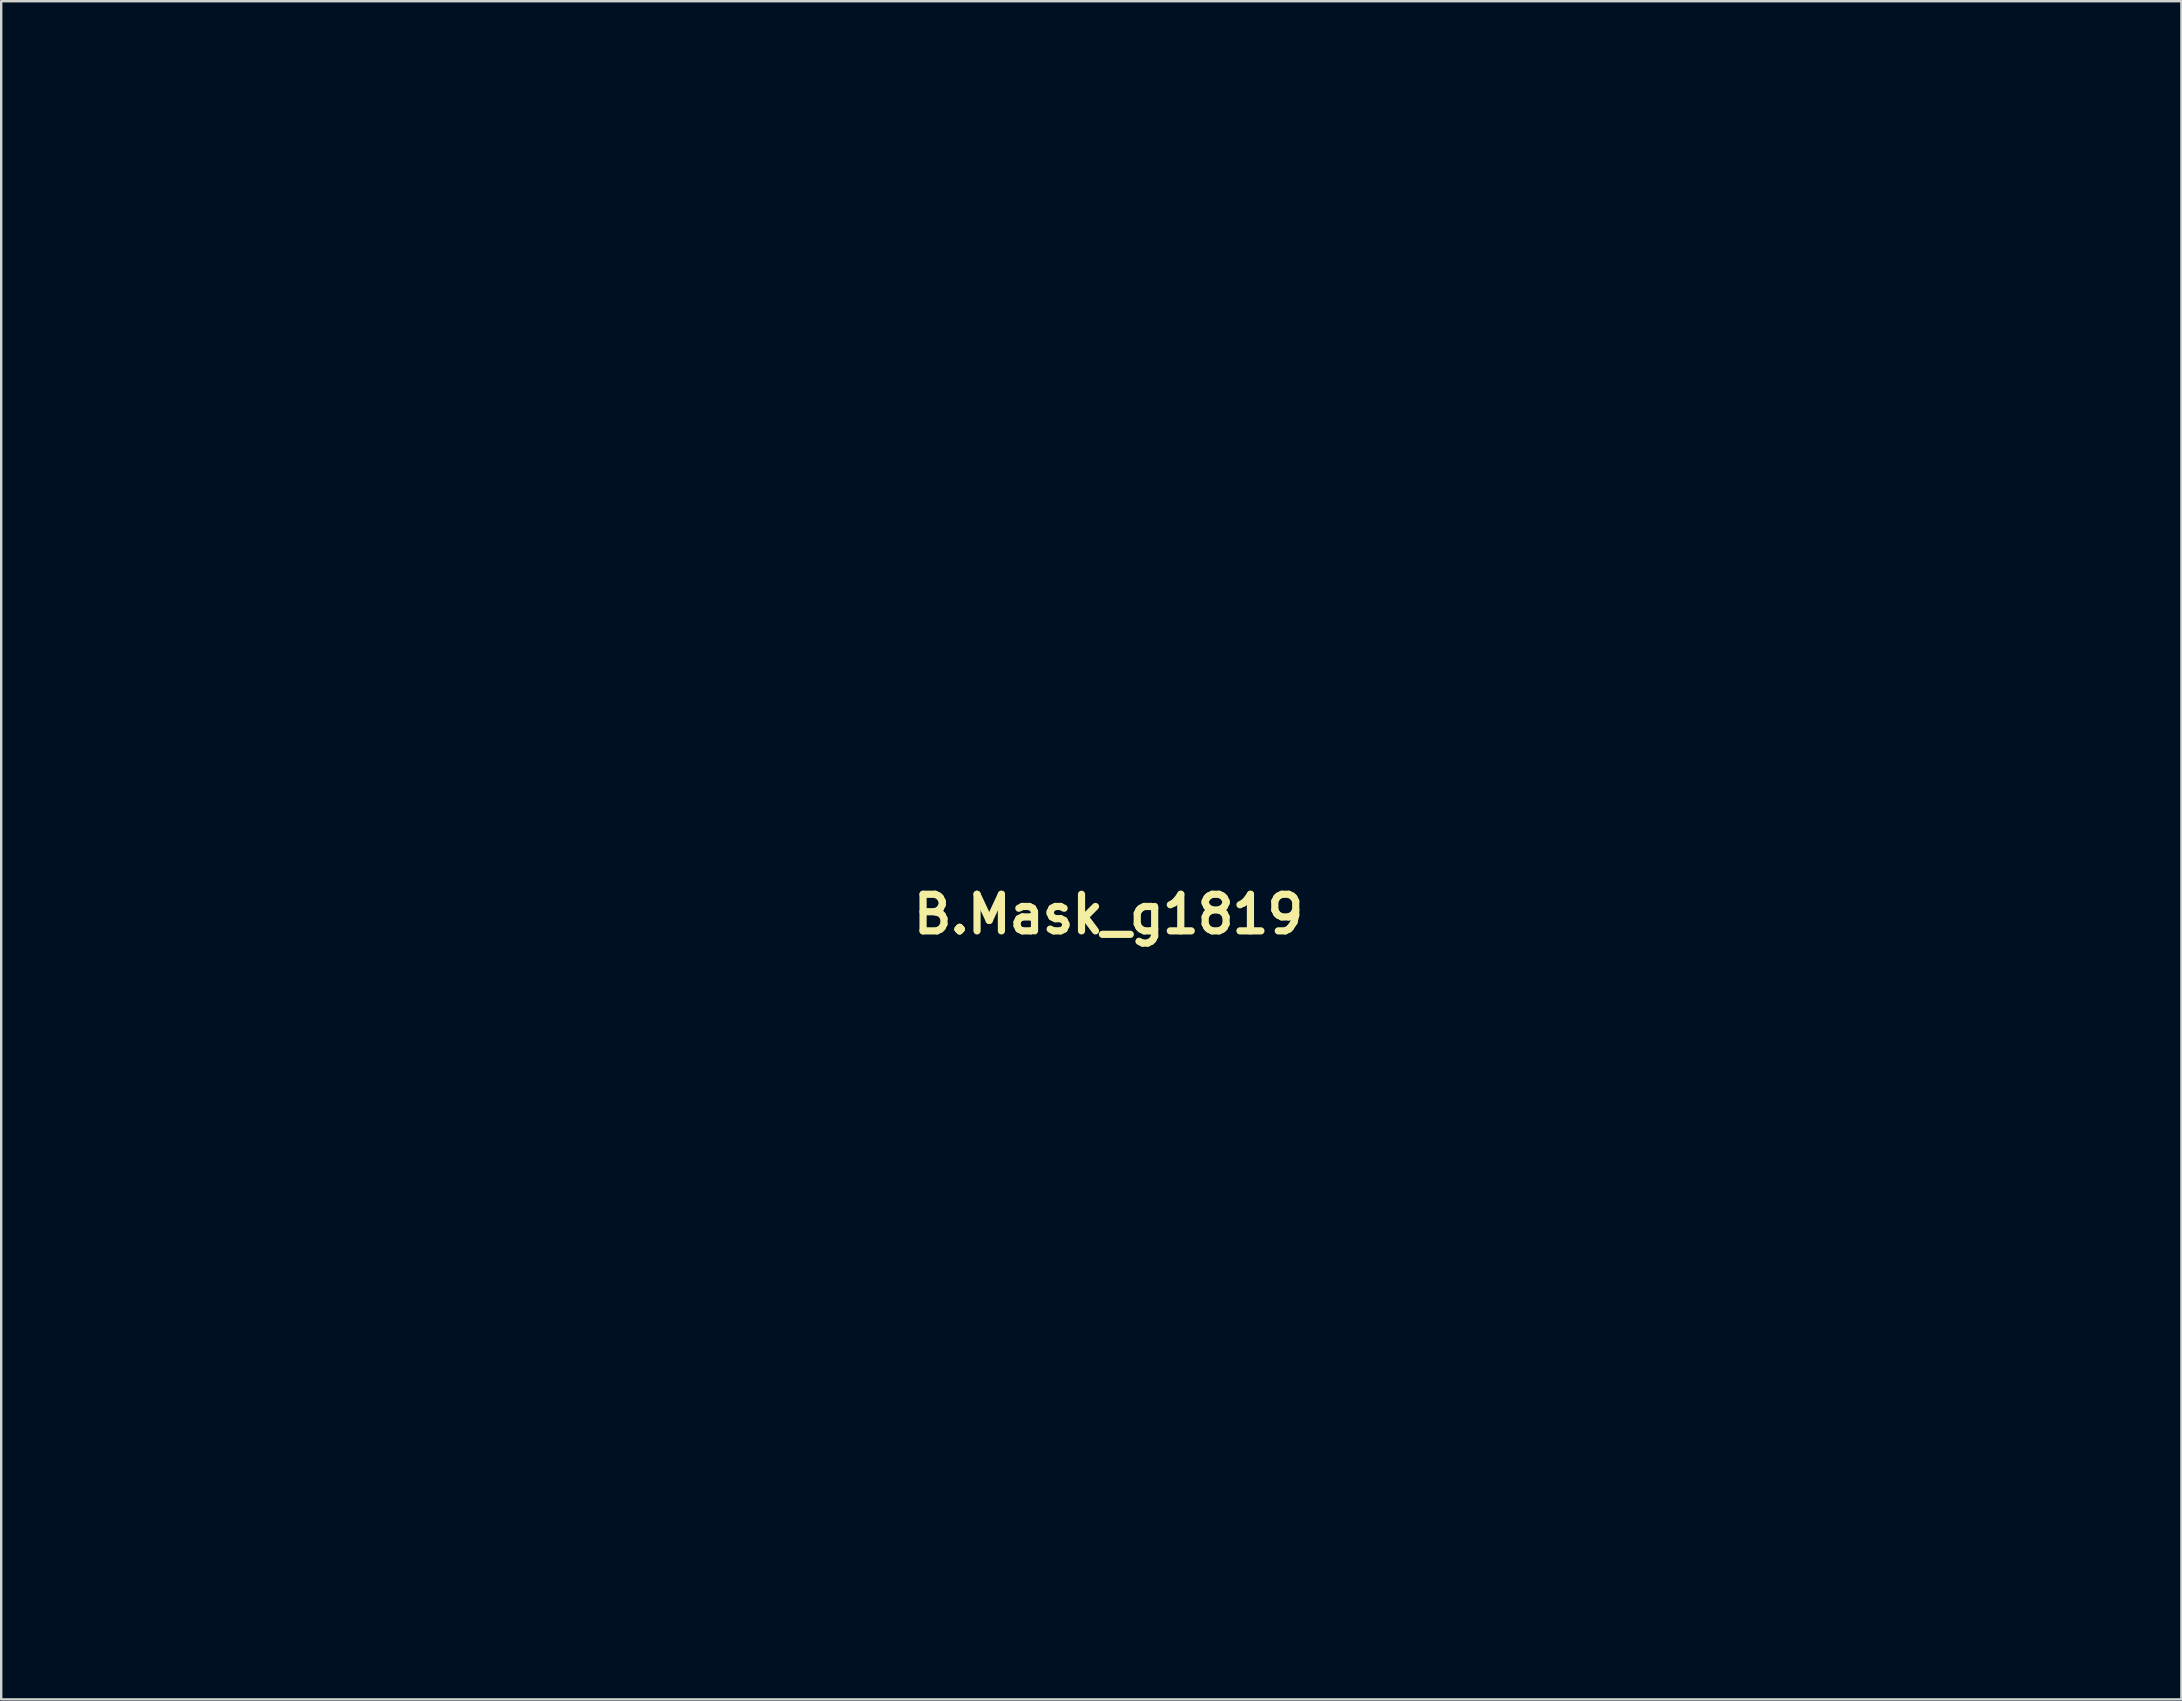
<source format=kicad_pcb>
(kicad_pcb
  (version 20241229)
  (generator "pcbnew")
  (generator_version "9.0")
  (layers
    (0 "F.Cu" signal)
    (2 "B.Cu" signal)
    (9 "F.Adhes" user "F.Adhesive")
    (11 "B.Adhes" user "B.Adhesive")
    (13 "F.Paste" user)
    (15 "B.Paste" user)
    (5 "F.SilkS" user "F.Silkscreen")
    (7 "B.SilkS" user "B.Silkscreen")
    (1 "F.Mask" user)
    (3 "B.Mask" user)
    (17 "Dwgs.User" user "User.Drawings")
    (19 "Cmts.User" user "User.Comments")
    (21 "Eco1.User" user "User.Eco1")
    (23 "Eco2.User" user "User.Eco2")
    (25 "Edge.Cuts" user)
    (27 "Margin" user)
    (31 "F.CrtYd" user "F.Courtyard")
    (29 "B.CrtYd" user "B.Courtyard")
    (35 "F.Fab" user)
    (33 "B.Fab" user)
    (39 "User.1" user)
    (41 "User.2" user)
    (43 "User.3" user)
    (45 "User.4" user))
  (footprint "B.Mask_g1819"
    (layer "F.Cu")
    (at 43.146 35.053)
    (property "Reference" "B.Mask_g1819" (at 0 0 0) (layer "F.SilkS") (effects (font (size 1.524 1.524) (thickness 0.3))))
    (attr through_hole)
    (fp_poly (pts (xy -24.469 -25.697) (xy -24.469 -25.646) (xy -24.47 -25.56) (xy -24.472 -25.441) (xy -24.474 -25.294) (xy -24.477 -25.123) (xy -24.48 -24.93) (xy -24.484 -24.72) (xy -24.488 -24.496) (xy -24.493 -24.262) (xy -24.497 -24.022) (xy -24.502 -23.78) (xy -24.506 -23.538) (xy -24.511 -23.302) (xy -24.515 -23.074) (xy -24.52 -22.858) (xy -24.524 -22.658) (xy -24.528 -22.478) (xy -24.531 -22.321) (xy -24.534 -22.191) (xy -24.536 -22.092) (xy -24.538 -22.027) (xy -24.539 -22.001) (xy -24.539 -22) (xy -24.56 -22) (xy -24.621 -21.998) (xy -24.72 -21.996) (xy -24.853 -21.994) (xy -25.019 -21.991) (xy -25.214 -21.987) (xy -25.437 -21.984) (xy -25.684 -21.979) (xy -25.954 -21.975) (xy -26.244 -21.97) (xy -26.552 -21.964) (xy -26.874 -21.959) (xy -27.208 -21.953) (xy -27.284 -21.952) (xy -27.625 -21.947) (xy -27.957 -21.941) (xy -28.277 -21.936) (xy -28.582 -21.93) (xy -28.87 -21.926) (xy -29.138 -21.921) (xy -29.383 -21.917) (xy -29.602 -21.913) (xy -29.793 -21.91) (xy -29.953 -21.907) (xy -30.079 -21.905) (xy -30.169 -21.903) (xy -30.219 -21.902) (xy -30.222 -21.902) (xy -30.419 -21.897) (xy -30.406 -23.59) (xy -30.404 -23.92) (xy -30.401 -24.209) (xy -30.399 -24.461) (xy -30.396 -24.678) (xy -30.394 -24.861) (xy -30.391 -25.014) (xy -30.388 -25.139) (xy -30.385 -25.237) (xy -30.382 -25.312) (xy -30.379 -25.366) (xy -30.375 -25.401) (xy -30.371 -25.419) (xy -30.368 -25.423) (xy -30.347 -25.425) (xy -30.286 -25.43) (xy -30.187 -25.438) (xy -30.054 -25.448) (xy -29.888 -25.461) (xy -29.691 -25.476) (xy -29.467 -25.493) (xy -29.217 -25.513) (xy -28.945 -25.534) (xy -28.651 -25.556) (xy -28.34 -25.58) (xy -28.013 -25.605) (xy -27.672 -25.631) (xy -27.416 -25.651) (xy -24.469 -25.877) (xy -24.469 -25.697)) (stroke (width 0.01) (type solid)) (fill yes) (layer "B.Mask"))
    (fp_poly (pts (xy 38.543 8.012) (xy 38.601 8.013) (xy 38.693 8.014) (xy 38.812 8.016) (xy 38.956 8.019) (xy 39.118 8.021) (xy 39.295 8.024) (xy 39.312 8.025) (xy 39.508 8.028) (xy 39.707 8.031) (xy 39.9 8.034) (xy 40.08 8.036) (xy 40.239 8.038) (xy 40.369 8.04) (xy 40.442 8.041) (xy 40.783 8.043) (xy 41.244 8.715) (xy 41.705 9.387) (xy 41.659 11.25) (xy 41.652 11.529) (xy 41.645 11.798) (xy 41.639 12.052) (xy 41.633 12.29) (xy 41.628 12.507) (xy 41.623 12.7) (xy 41.62 12.867) (xy 41.617 13.004) (xy 41.614 13.108) (xy 41.613 13.175) (xy 41.613 13.201) (xy 41.614 13.29) (xy 41.503 13.302) (xy 41.452 13.307) (xy 41.366 13.314) (xy 41.252 13.323) (xy 41.115 13.334) (xy 40.963 13.345) (xy 40.803 13.357) (xy 40.799 13.357) (xy 40.634 13.369) (xy 40.437 13.383) (xy 40.218 13.399) (xy 39.986 13.416) (xy 39.751 13.434) (xy 39.523 13.451) (xy 39.364 13.463) (xy 39.178 13.476) (xy 39.004 13.489) (xy 38.847 13.501) (xy 38.712 13.51) (xy 38.603 13.518) (xy 38.526 13.523) (xy 38.485 13.525) (xy 38.48 13.525) (xy 38.465 13.523) (xy 38.454 13.513) (xy 38.447 13.489) (xy 38.442 13.444) (xy 38.44 13.374) (xy 38.439 13.271) (xy 38.439 13.171) (xy 38.44 13.119) (xy 38.441 13.031) (xy 38.442 12.909) (xy 38.445 12.756) (xy 38.447 12.576) (xy 38.45 12.372) (xy 38.454 12.147) (xy 38.457 11.903) (xy 38.461 11.645) (xy 38.465 11.375) (xy 38.47 11.097) (xy 38.474 10.813) (xy 38.479 10.527) (xy 38.483 10.241) (xy 38.488 9.96) (xy 38.493 9.685) (xy 38.497 9.42) (xy 38.501 9.169) (xy 38.505 8.935) (xy 38.509 8.719) (xy 38.512 8.527) (xy 38.515 8.36) (xy 38.518 8.222) (xy 38.52 8.116) (xy 38.521 8.046) (xy 38.522 8.013) (xy 38.522 8.012) (xy 38.543 8.012)) (stroke (width 0.01) (type solid)) (fill yes) (layer "B.Mask"))
    (fp_poly (pts (xy 35.894 26.064) (xy 35.901 26.123) (xy 35.912 26.215) (xy 35.925 26.334) (xy 35.941 26.477) (xy 35.958 26.637) (xy 35.977 26.811) (xy 35.996 26.994) (xy 36.016 27.181) (xy 36.035 27.366) (xy 36.054 27.546) (xy 36.072 27.716) (xy 36.087 27.871) (xy 36.101 28.005) (xy 36.112 28.115) (xy 36.119 28.196) (xy 36.123 28.242) (xy 36.123 28.252) (xy 36.102 28.258) (xy 36.043 28.274) (xy 35.947 28.3) (xy 35.817 28.334) (xy 35.656 28.377) (xy 35.466 28.427) (xy 35.249 28.484) (xy 35.008 28.548) (xy 34.745 28.617) (xy 34.462 28.692) (xy 34.162 28.77) (xy 33.847 28.853) (xy 33.52 28.939) (xy 33.367 28.979) (xy 33.034 29.066) (xy 32.712 29.15) (xy 32.403 29.231) (xy 32.111 29.308) (xy 31.836 29.38) (xy 31.582 29.446) (xy 31.351 29.507) (xy 31.145 29.561) (xy 30.968 29.608) (xy 30.82 29.646) (xy 30.705 29.677) (xy 30.626 29.698) (xy 30.583 29.709) (xy 30.577 29.711) (xy 30.565 29.713) (xy 30.556 29.709) (xy 30.55 29.694) (xy 30.545 29.663) (xy 30.543 29.613) (xy 30.543 29.538) (xy 30.544 29.435) (xy 30.546 29.299) (xy 30.55 29.125) (xy 30.551 29.114) (xy 30.555 28.917) (xy 30.558 28.698) (xy 30.561 28.47) (xy 30.563 28.248) (xy 30.564 28.046) (xy 30.565 27.946) (xy 30.565 27.769) (xy 30.567 27.63) (xy 30.569 27.525) (xy 30.574 27.452) (xy 30.579 27.406) (xy 30.587 27.383) (xy 30.591 27.38) (xy 30.617 27.373) (xy 30.681 27.356) (xy 30.78 27.331) (xy 30.91 27.298) (xy 31.069 27.257) (xy 31.254 27.21) (xy 31.462 27.157) (xy 31.69 27.1) (xy 31.935 27.038) (xy 32.194 26.972) (xy 32.464 26.904) (xy 32.742 26.834) (xy 33.025 26.762) (xy 33.31 26.69) (xy 33.595 26.618) (xy 33.876 26.547) (xy 34.15 26.478) (xy 34.415 26.411) (xy 34.668 26.348) (xy 34.905 26.288) (xy 35.123 26.233) (xy 35.32 26.184) (xy 35.493 26.14) (xy 35.638 26.104) (xy 35.753 26.075) (xy 35.835 26.055) (xy 35.881 26.044) (xy 35.89 26.042) (xy 35.894 26.064)) (stroke (width 0.01) (type solid)) (fill yes) (layer "B.Mask"))
    (fp_poly (pts (xy -4.624 -1.037) (xy -4.526 -1.036) (xy -4.393 -1.034) (xy -4.23 -1.032) (xy -4.038 -1.03) (xy -3.819 -1.027) (xy -3.578 -1.023) (xy -3.316 -1.019) (xy -3.037 -1.014) (xy -2.743 -1.01) (xy -2.436 -1.005) (xy -2.12 -1) (xy -1.797 -0.994) (xy -1.47 -0.989) (xy -1.142 -0.983) (xy -0.815 -0.977) (xy -0.493 -0.972) (xy -0.177 -0.966) (xy 0.128 -0.961) (xy 0.422 -0.955) (xy 0.7 -0.95) (xy 0.96 -0.945) (xy 1.2 -0.94) (xy 1.416 -0.936) (xy 1.607 -0.932) (xy 1.768 -0.929) (xy 1.898 -0.926) (xy 1.994 -0.923) (xy 2.052 -0.921) (xy 2.071 -0.92) (xy 2.072 -0.898) (xy 2.072 -0.838) (xy 2.071 -0.745) (xy 2.069 -0.621) (xy 2.066 -0.472) (xy 2.063 -0.301) (xy 2.059 -0.114) (xy 2.055 0.067) (xy 2.05 0.278) (xy 2.046 0.486) (xy 2.042 0.685) (xy 2.038 0.868) (xy 2.035 1.031) (xy 2.033 1.167) (xy 2.032 1.27) (xy 2.032 1.318) (xy 2.032 1.587) (xy 1.794 1.585) (xy 1.745 1.584) (xy 1.657 1.582) (xy 1.531 1.58) (xy 1.371 1.578) (xy 1.178 1.575) (xy 0.956 1.571) (xy 0.708 1.567) (xy 0.434 1.563) (xy 0.139 1.558) (xy -0.175 1.553) (xy -0.506 1.547) (xy -0.851 1.542) (xy -1.207 1.536) (xy -1.573 1.53) (xy -1.587 1.529) (xy -1.949 1.523) (xy -2.299 1.517) (xy -2.635 1.511) (xy -2.954 1.505) (xy -3.255 1.5) (xy -3.535 1.494) (xy -3.792 1.489) (xy -4.023 1.484) (xy -4.226 1.479) (xy -4.399 1.475) (xy -4.54 1.472) (xy -4.645 1.468) (xy -4.713 1.466) (xy -4.742 1.464) (xy -4.742 1.464) (xy -4.744 1.441) (xy -4.745 1.38) (xy -4.745 1.286) (xy -4.745 1.163) (xy -4.744 1.016) (xy -4.742 0.85) (xy -4.741 0.669) (xy -4.738 0.477) (xy -4.736 0.278) (xy -4.733 0.079) (xy -4.73 -0.118) (xy -4.726 -0.306) (xy -4.723 -0.483) (xy -4.72 -0.643) (xy -4.717 -0.782) (xy -4.714 -0.895) (xy -4.711 -0.978) (xy -4.708 -1.026) (xy -4.707 -1.036) (xy -4.685 -1.037) (xy -4.624 -1.037)) (stroke (width 0.01) (type solid)) (fill yes) (layer "B.Mask"))
    (fp_poly (pts (xy 27.042 -35.044) (xy 27.101 -35.032) (xy 27.195 -35.011) (xy 27.32 -34.982) (xy 27.475 -34.946) (xy 27.655 -34.905) (xy 27.858 -34.858) (xy 28.081 -34.806) (xy 28.32 -34.751) (xy 28.572 -34.692) (xy 28.834 -34.631) (xy 29.104 -34.568) (xy 29.378 -34.504) (xy 29.653 -34.44) (xy 29.925 -34.376) (xy 30.193 -34.314) (xy 30.452 -34.253) (xy 30.699 -34.195) (xy 30.933 -34.14) (xy 31.148 -34.089) (xy 31.343 -34.043) (xy 31.514 -34.002) (xy 31.658 -33.968) (xy 31.773 -33.94) (xy 31.854 -33.92) (xy 31.899 -33.909) (xy 31.907 -33.906) (xy 31.91 -33.884) (xy 31.914 -33.824) (xy 31.92 -33.729) (xy 31.928 -33.604) (xy 31.937 -33.452) (xy 31.947 -33.278) (xy 31.958 -33.085) (xy 31.97 -32.877) (xy 31.982 -32.659) (xy 31.995 -32.434) (xy 32.007 -32.206) (xy 32.019 -31.979) (xy 32.031 -31.757) (xy 32.042 -31.544) (xy 32.053 -31.344) (xy 32.062 -31.161) (xy 32.07 -30.999) (xy 32.077 -30.862) (xy 32.082 -30.753) (xy 32.085 -30.677) (xy 32.085 -30.637) (xy 32.085 -30.632) (xy 32.065 -30.637) (xy 32.006 -30.653) (xy 31.912 -30.681) (xy 31.784 -30.719) (xy 31.625 -30.768) (xy 31.437 -30.826) (xy 31.223 -30.892) (xy 30.985 -30.966) (xy 30.725 -31.047) (xy 30.445 -31.135) (xy 30.148 -31.229) (xy 29.836 -31.327) (xy 29.512 -31.43) (xy 29.305 -31.495) (xy 28.974 -31.6) (xy 28.653 -31.702) (xy 28.346 -31.8) (xy 28.054 -31.893) (xy 27.78 -31.98) (xy 27.526 -32.06) (xy 27.295 -32.134) (xy 27.089 -32.199) (xy 26.91 -32.256) (xy 26.76 -32.304) (xy 26.643 -32.341) (xy 26.56 -32.368) (xy 26.513 -32.383) (xy 26.504 -32.386) (xy 26.499 -32.396) (xy 26.499 -32.424) (xy 26.504 -32.471) (xy 26.515 -32.541) (xy 26.531 -32.636) (xy 26.553 -32.758) (xy 26.583 -32.91) (xy 26.619 -33.094) (xy 26.663 -33.314) (xy 26.715 -33.571) (xy 26.746 -33.719) (xy 26.793 -33.949) (xy 26.838 -34.167) (xy 26.879 -34.369) (xy 26.917 -34.551) (xy 26.95 -34.71) (xy 26.977 -34.843) (xy 26.999 -34.945) (xy 27.013 -35.014) (xy 27.021 -35.046) (xy 27.021 -35.048) (xy 27.042 -35.044)) (stroke (width 0.01) (type solid)) (fill yes) (layer "B.Mask"))
    (fp_poly (pts (xy -42.925 -0.434) (xy -42.832 -0.433) (xy -42.709 -0.431) (xy -42.561 -0.428) (xy -42.392 -0.425) (xy -42.207 -0.421) (xy -42.01 -0.416) (xy -41.806 -0.412) (xy -41.598 -0.407) (xy -41.391 -0.402) (xy -41.19 -0.396) (xy -40.999 -0.391) (xy -40.822 -0.386) (xy -40.663 -0.381) (xy -40.527 -0.377) (xy -40.418 -0.373) (xy -40.34 -0.37) (xy -40.304 -0.368) (xy -40.147 -0.356) (xy -40.16 0.029) (xy -40.162 0.096) (xy -40.165 0.203) (xy -40.168 0.347) (xy -40.172 0.524) (xy -40.177 0.733) (xy -40.182 0.97) (xy -40.187 1.232) (xy -40.193 1.516) (xy -40.199 1.82) (xy -40.205 2.141) (xy -40.211 2.476) (xy -40.218 2.823) (xy -40.225 3.177) (xy -40.228 3.365) (xy -40.235 3.717) (xy -40.241 4.058) (xy -40.248 4.386) (xy -40.254 4.698) (xy -40.26 4.992) (xy -40.265 5.266) (xy -40.271 5.516) (xy -40.276 5.741) (xy -40.28 5.937) (xy -40.284 6.103) (xy -40.287 6.235) (xy -40.29 6.332) (xy -40.292 6.391) (xy -40.293 6.408) (xy -40.304 6.498) (xy -40.424 6.495) (xy -40.467 6.494) (xy -40.548 6.491) (xy -40.663 6.488) (xy -40.808 6.483) (xy -40.979 6.478) (xy -41.171 6.472) (xy -41.382 6.465) (xy -41.606 6.458) (xy -41.836 6.45) (xy -42.066 6.443) (xy -42.283 6.435) (xy -42.484 6.428) (xy -42.665 6.42) (xy -42.822 6.414) (xy -42.952 6.408) (xy -43.051 6.403) (xy -43.115 6.398) (xy -43.14 6.395) (xy -43.14 6.395) (xy -43.141 6.373) (xy -43.141 6.311) (xy -43.141 6.213) (xy -43.139 6.08) (xy -43.137 5.916) (xy -43.134 5.724) (xy -43.13 5.505) (xy -43.126 5.263) (xy -43.122 5.001) (xy -43.117 4.721) (xy -43.112 4.425) (xy -43.106 4.118) (xy -43.1 3.801) (xy -43.094 3.477) (xy -43.088 3.149) (xy -43.081 2.82) (xy -43.075 2.492) (xy -43.068 2.168) (xy -43.062 1.85) (xy -43.056 1.543) (xy -43.049 1.247) (xy -43.043 0.967) (xy -43.038 0.704) (xy -43.032 0.462) (xy -43.027 0.243) (xy -43.023 0.049) (xy -43.019 -0.115) (xy -43.015 -0.248) (xy -43.012 -0.348) (xy -43.009 -0.41) (xy -43.008 -0.433) (xy -43.008 -0.433) (xy -42.986 -0.434) (xy -42.925 -0.434)) (stroke (width 0.01) (type solid)) (fill yes) (layer "B.Mask"))
    (fp_poly (pts (xy -19.331 -4.286) (xy -19.291 -4.236) (xy -19.227 -4.157) (xy -19.14 -4.051) (xy -19.032 -3.917) (xy -18.905 -3.76) (xy -18.759 -3.579) (xy -18.595 -3.377) (xy -18.416 -3.155) (xy -18.222 -2.915) (xy -18.015 -2.659) (xy -17.796 -2.388) (xy -17.567 -2.105) (xy -17.328 -1.81) (xy -17.082 -1.505) (xy -16.946 -1.336) (xy -16.646 -0.965) (xy -16.371 -0.625) (xy -16.121 -0.315) (xy -15.895 -0.034) (xy -15.691 0.22) (xy -15.508 0.447) (xy -15.346 0.65) (xy -15.202 0.829) (xy -15.077 0.986) (xy -14.969 1.123) (xy -14.877 1.24) (xy -14.8 1.339) (xy -14.737 1.422) (xy -14.686 1.489) (xy -14.647 1.543) (xy -14.619 1.584) (xy -14.601 1.613) (xy -14.59 1.633) (xy -14.588 1.644) (xy -14.589 1.647) (xy -14.655 1.727) (xy -14.742 1.832) (xy -14.849 1.961) (xy -14.974 2.112) (xy -15.115 2.282) (xy -15.271 2.47) (xy -15.439 2.672) (xy -15.619 2.888) (xy -15.807 3.114) (xy -16.003 3.35) (xy -16.205 3.592) (xy -16.41 3.838) (xy -16.617 4.087) (xy -16.825 4.336) (xy -17.031 4.583) (xy -17.234 4.827) (xy -17.432 5.064) (xy -17.623 5.293) (xy -17.805 5.511) (xy -17.977 5.717) (xy -18.137 5.908) (xy -18.283 6.083) (xy -18.414 6.239) (xy -18.527 6.373) (xy -18.62 6.485) (xy -18.693 6.571) (xy -18.743 6.63) (xy -18.768 6.659) (xy -18.771 6.663) (xy -18.786 6.647) (xy -18.828 6.602) (xy -18.895 6.528) (xy -18.986 6.427) (xy -19.099 6.301) (xy -19.232 6.151) (xy -19.385 5.978) (xy -19.556 5.785) (xy -19.743 5.573) (xy -19.946 5.344) (xy -20.162 5.098) (xy -20.39 4.839) (xy -20.629 4.567) (xy -20.878 4.284) (xy -21.134 3.992) (xy -21.233 3.879) (xy -21.493 3.583) (xy -21.746 3.294) (xy -21.991 3.015) (xy -22.225 2.748) (xy -22.448 2.493) (xy -22.659 2.254) (xy -22.855 2.03) (xy -23.035 1.825) (xy -23.197 1.639) (xy -23.342 1.474) (xy -23.466 1.332) (xy -23.568 1.215) (xy -23.647 1.125) (xy -23.702 1.062) (xy -23.731 1.029) (xy -23.735 1.024) (xy -23.79 0.958) (xy -21.576 -1.681) (xy -21.333 -1.971) (xy -21.097 -2.252) (xy -20.87 -2.522) (xy -20.653 -2.779) (xy -20.447 -3.022) (xy -20.255 -3.25) (xy -20.077 -3.46) (xy -19.914 -3.65) (xy -19.77 -3.82) (xy -19.644 -3.967) (xy -19.538 -4.089) (xy -19.454 -4.186) (xy -19.393 -4.255) (xy -19.356 -4.294) (xy -19.346 -4.304) (xy -19.331 -4.286)) (stroke (width 0.01) (type solid)) (fill yes) (layer "B.Mask"))
    (fp_poly (pts (xy 32.124 -12.792) (xy 32.157 -12.737) (xy 32.208 -12.649) (xy 32.276 -12.532) (xy 32.361 -12.386) (xy 32.461 -12.214) (xy 32.574 -12.018) (xy 32.7 -11.8) (xy 32.837 -11.563) (xy 32.985 -11.308) (xy 33.141 -11.037) (xy 33.304 -10.753) (xy 33.475 -10.458) (xy 33.65 -10.154) (xy 33.829 -9.843) (xy 34.011 -9.528) (xy 34.194 -9.209) (xy 34.378 -8.89) (xy 34.561 -8.573) (xy 34.742 -8.259) (xy 34.919 -7.951) (xy 35.091 -7.651) (xy 35.258 -7.361) (xy 35.417 -7.083) (xy 35.569 -6.82) (xy 35.711 -6.573) (xy 35.842 -6.345) (xy 35.961 -6.137) (xy 36.066 -5.952) (xy 36.158 -5.792) (xy 36.234 -5.659) (xy 36.292 -5.556) (xy 36.333 -5.484) (xy 36.355 -5.445) (xy 36.358 -5.439) (xy 36.346 -5.418) (xy 36.308 -5.366) (xy 36.245 -5.282) (xy 36.158 -5.167) (xy 36.047 -5.022) (xy 35.912 -4.848) (xy 35.755 -4.646) (xy 35.576 -4.416) (xy 35.375 -4.16) (xy 35.153 -3.877) (xy 34.912 -3.569) (xy 34.651 -3.237) (xy 34.371 -2.881) (xy 34.072 -2.502) (xy 33.756 -2.101) (xy 33.423 -1.68) (xy 33.316 -1.544) (xy 33.034 -1.188) (xy 32.76 -0.841) (xy 32.494 -0.504) (xy 32.237 -0.179) (xy 31.99 0.132) (xy 31.755 0.43) (xy 31.532 0.711) (xy 31.323 0.974) (xy 31.13 1.219) (xy 30.952 1.443) (xy 30.792 1.645) (xy 30.65 1.823) (xy 30.528 1.977) (xy 30.426 2.104) (xy 30.347 2.204) (xy 30.29 2.274) (xy 30.258 2.314) (xy 30.25 2.322) (xy 30.239 2.305) (xy 30.209 2.252) (xy 30.163 2.166) (xy 30.101 2.051) (xy 30.024 1.908) (xy 29.935 1.739) (xy 29.834 1.548) (xy 29.723 1.337) (xy 29.603 1.108) (xy 29.475 0.863) (xy 29.34 0.606) (xy 29.236 0.407) (xy 29.05 0.049) (xy 28.879 -0.281) (xy 28.721 -0.588) (xy 28.572 -0.879) (xy 28.43 -1.159) (xy 28.292 -1.433) (xy 28.155 -1.708) (xy 28.016 -1.988) (xy 27.873 -2.28) (xy 27.723 -2.589) (xy 27.563 -2.92) (xy 27.39 -3.28) (xy 27.24 -3.593) (xy 27.066 -3.957) (xy 26.908 -4.289) (xy 26.766 -4.587) (xy 26.642 -4.851) (xy 26.535 -5.08) (xy 26.445 -5.274) (xy 26.372 -5.433) (xy 26.318 -5.555) (xy 26.281 -5.641) (xy 26.263 -5.689) (xy 26.261 -5.701) (xy 26.28 -5.725) (xy 26.323 -5.78) (xy 26.39 -5.864) (xy 26.48 -5.975) (xy 26.59 -6.11) (xy 26.719 -6.269) (xy 26.865 -6.448) (xy 27.028 -6.648) (xy 27.206 -6.865) (xy 27.397 -7.098) (xy 27.599 -7.345) (xy 27.812 -7.604) (xy 28.033 -7.874) (xy 28.262 -8.153) (xy 28.496 -8.438) (xy 28.735 -8.729) (xy 28.976 -9.022) (xy 29.219 -9.317) (xy 29.462 -9.612) (xy 29.702 -9.905) (xy 29.94 -10.193) (xy 30.173 -10.476) (xy 30.4 -10.751) (xy 30.619 -11.017) (xy 30.829 -11.271) (xy 31.029 -11.513) (xy 31.216 -11.739) (xy 31.39 -11.949) (xy 31.548 -12.141) (xy 31.691 -12.312) (xy 31.815 -12.461) (xy 31.919 -12.586) (xy 32.003 -12.686) (xy 32.063 -12.758) (xy 32.1 -12.8) (xy 32.112 -12.812) (xy 32.124 -12.792)) (stroke (width 0.01) (type solid)) (fill yes) (layer "B.Mask")))
  (gr_rect
    (start -3 -3)
    (end 87.857 67.771)
    (stroke (width 0.1) (type default))
    (fill no)
    (layer "Edge.Cuts")))
</source>
